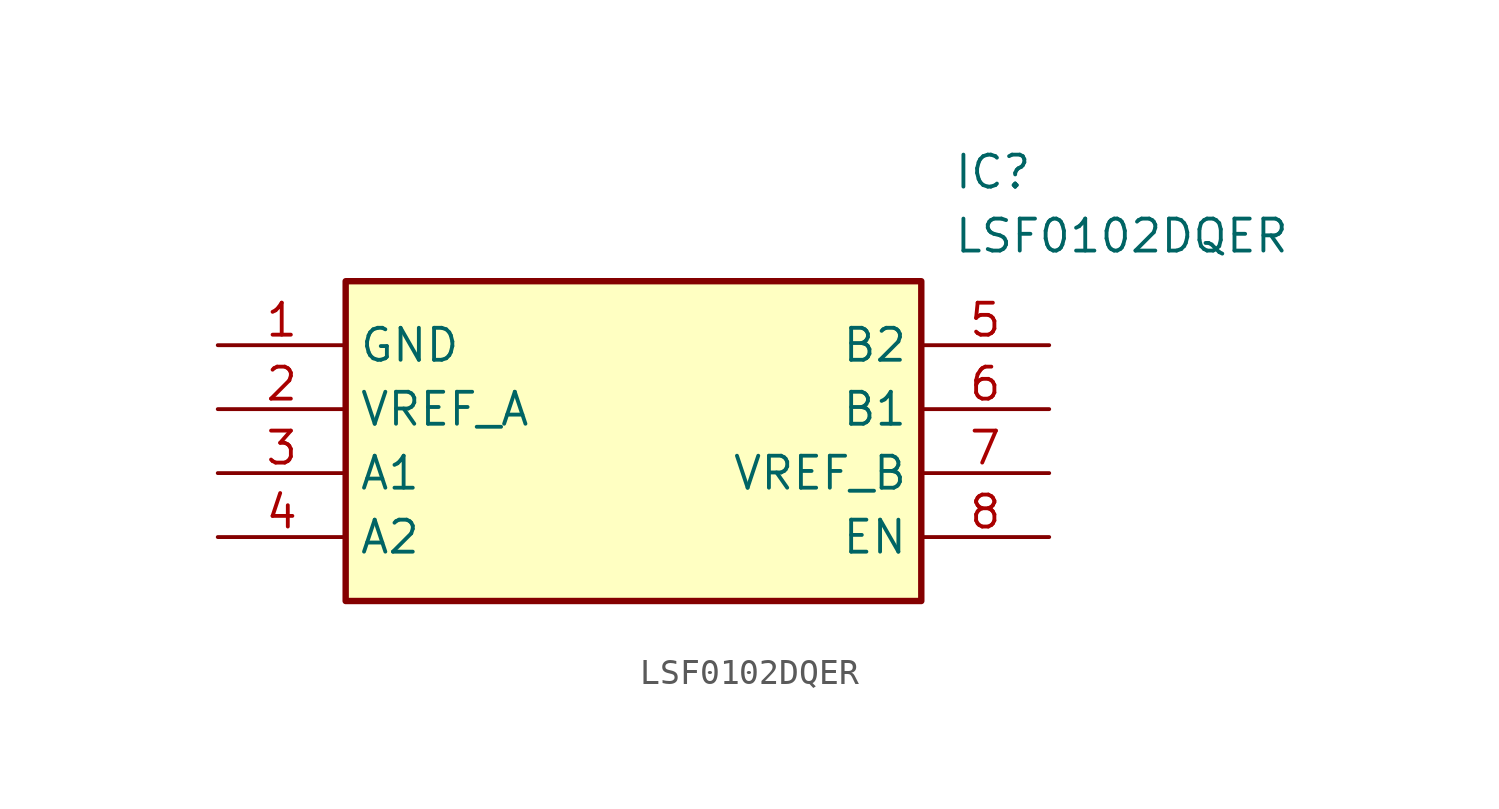
<source format=kicad_sym>
(kicad_symbol_lib
  (version 20211014)
  (generator SamacSys_ECAD_Model)
  (symbol "LSF0102DQER"
    (property "Reference" "IC"
      (at 29.21 7.62 0)
      (effects (font (size 1.27 1.27)) (justify left top)))
    (property "Value" "LSF0102DQER"
      (at 29.21 5.08 0)
      (effects (font (size 1.27 1.27)) (justify left top)))
    (rectangle
      (start 5.08 2.54)
      (end 27.94 -10.16)
      (stroke (width 0.254) (type default))
      (fill (type background)))
    (pin passive line
      (at 0 0 0)
      (length 5.08)
      (name "GND" (effects (font (size 1.27 1.27))))
      (number "1" (effects (font (size 1.27 1.27)))))
    (pin passive line
      (at 0 -2.54 0)
      (length 5.08)
      (name "VREF_A" (effects (font (size 1.27 1.27))))
      (number "2" (effects (font (size 1.27 1.27)))))
    (pin passive line
      (at 0 -5.08 0)
      (length 5.08)
      (name "A1" (effects (font (size 1.27 1.27))))
      (number "3" (effects (font (size 1.27 1.27)))))
    (pin passive line
      (at 0 -7.62 0)
      (length 5.08)
      (name "A2" (effects (font (size 1.27 1.27))))
      (number "4" (effects (font (size 1.27 1.27)))))
    (pin passive line
      (at 33.02 0 180)
      (length 5.08)
      (name "B2" (effects (font (size 1.27 1.27))))
      (number "5" (effects (font (size 1.27 1.27)))))
    (pin passive line
      (at 33.02 -2.54 180)
      (length 5.08)
      (name "B1" (effects (font (size 1.27 1.27))))
      (number "6" (effects (font (size 1.27 1.27)))))
    (pin passive line
      (at 33.02 -5.08 180)
      (length 5.08)
      (name "VREF_B" (effects (font (size 1.27 1.27))))
      (number "7" (effects (font (size 1.27 1.27)))))
    (pin passive line
      (at 33.02 -7.62 180)
      (length 5.08)
      (name "EN" (effects (font (size 1.27 1.27))))
      (number "8" (effects (font (size 1.27 1.27)))))))
</source>
